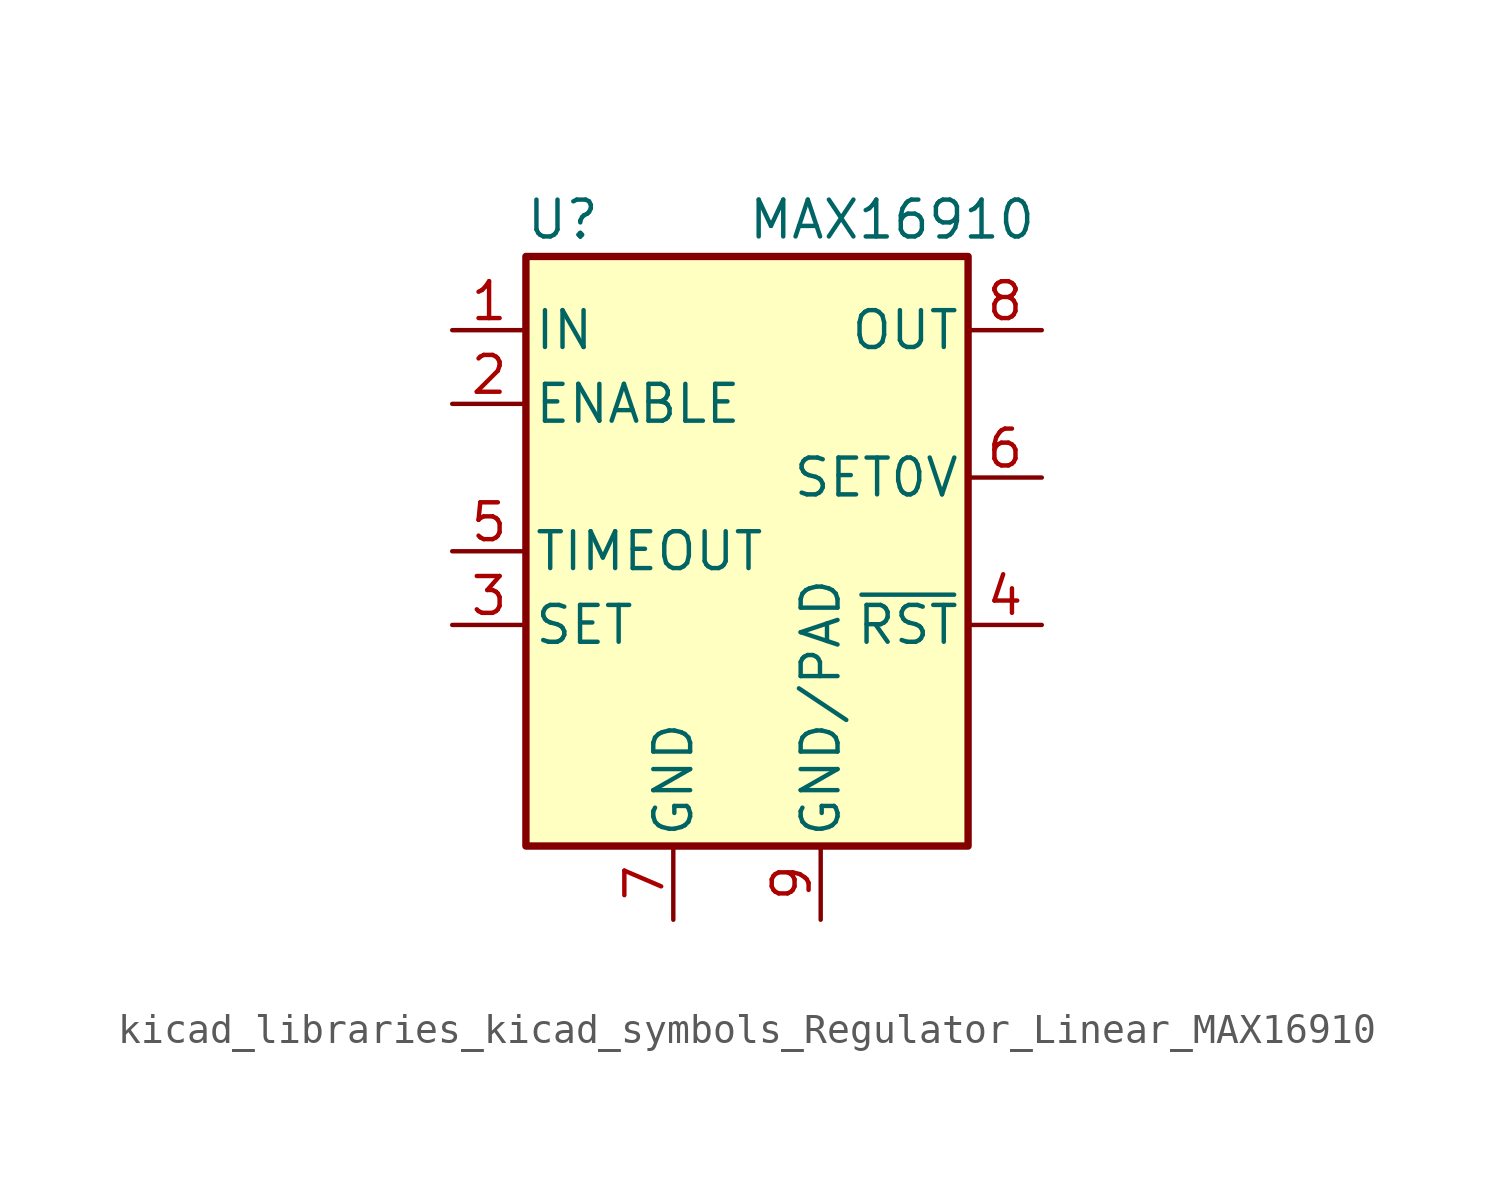
<source format=kicad_sym>
(kicad_symbol_lib
  (version 20220914)
  (generator kicad_symbol_editor)
  (symbol "kicad_libraries_kicad_symbols_Regulator_Linear_MAX16910"
    (pin_names
      (offset 0.254))
    (property "Reference" "U"
      (at -6.35 11.43 0)
      (effects (font (size 1.27 1.27))))
    (property "Value" "MAX16910"
      (at 0 11.43 0)
      (effects (font (size 1.27 1.27)) (justify left)))
    (symbol "kicad_libraries_kicad_symbols_Regulator_Linear_MAX16910_0_1"
      (rectangle (start -7.62 10.16) (end 7.62 -10.16) (stroke (width 0.254) (type default)) (fill (type background))))
    (symbol "kicad_libraries_kicad_symbols_Regulator_Linear_MAX16910_1_1"
      (pin power_in line (at -10.16 7.62 0) (length 2.54) (name "IN" (effects (font (size 1.27 1.27)))) (number "1" (effects (font (size 1.27 1.27)))))
      (pin input line (at -10.16 5.08 0) (length 2.54) (name "ENABLE" (effects (font (size 1.27 1.27)))) (number "2" (effects (font (size 1.27 1.27)))))
      (pin input line (at -10.16 -2.54 0) (length 2.54) (name "SET" (effects (font (size 1.27 1.27)))) (number "3" (effects (font (size 1.27 1.27)))))
      (pin open_collector line (at 10.16 -2.54 180) (length 2.54) (name "~{RST}" (effects (font (size 1.27 1.27)))) (number "4" (effects (font (size 1.27 1.27)))))
      (pin passive line (at -10.16 0 0) (length 2.54) (name "TIMEOUT" (effects (font (size 1.27 1.27)))) (number "5" (effects (font (size 1.27 1.27)))))
      (pin input line (at 10.16 2.54 180) (length 2.54) (name "SET0V" (effects (font (size 1.27 1.27)))) (number "6" (effects (font (size 1.27 1.27)))))
      (pin power_in line (at -2.54 -12.7 90) (length 2.54) (name "GND" (effects (font (size 1.27 1.27)))) (number "7" (effects (font (size 1.27 1.27)))))
      (pin power_out line (at 10.16 7.62 180) (length 2.54) (name "OUT" (effects (font (size 1.27 1.27)))) (number "8" (effects (font (size 1.27 1.27)))))
      (pin power_in line (at 2.54 -12.7 90) (length 2.54) (name "GND/PAD" (effects (font (size 1.27 1.27)))) (number "9" (effects (font (size 1.27 1.27))))))))
</source>
